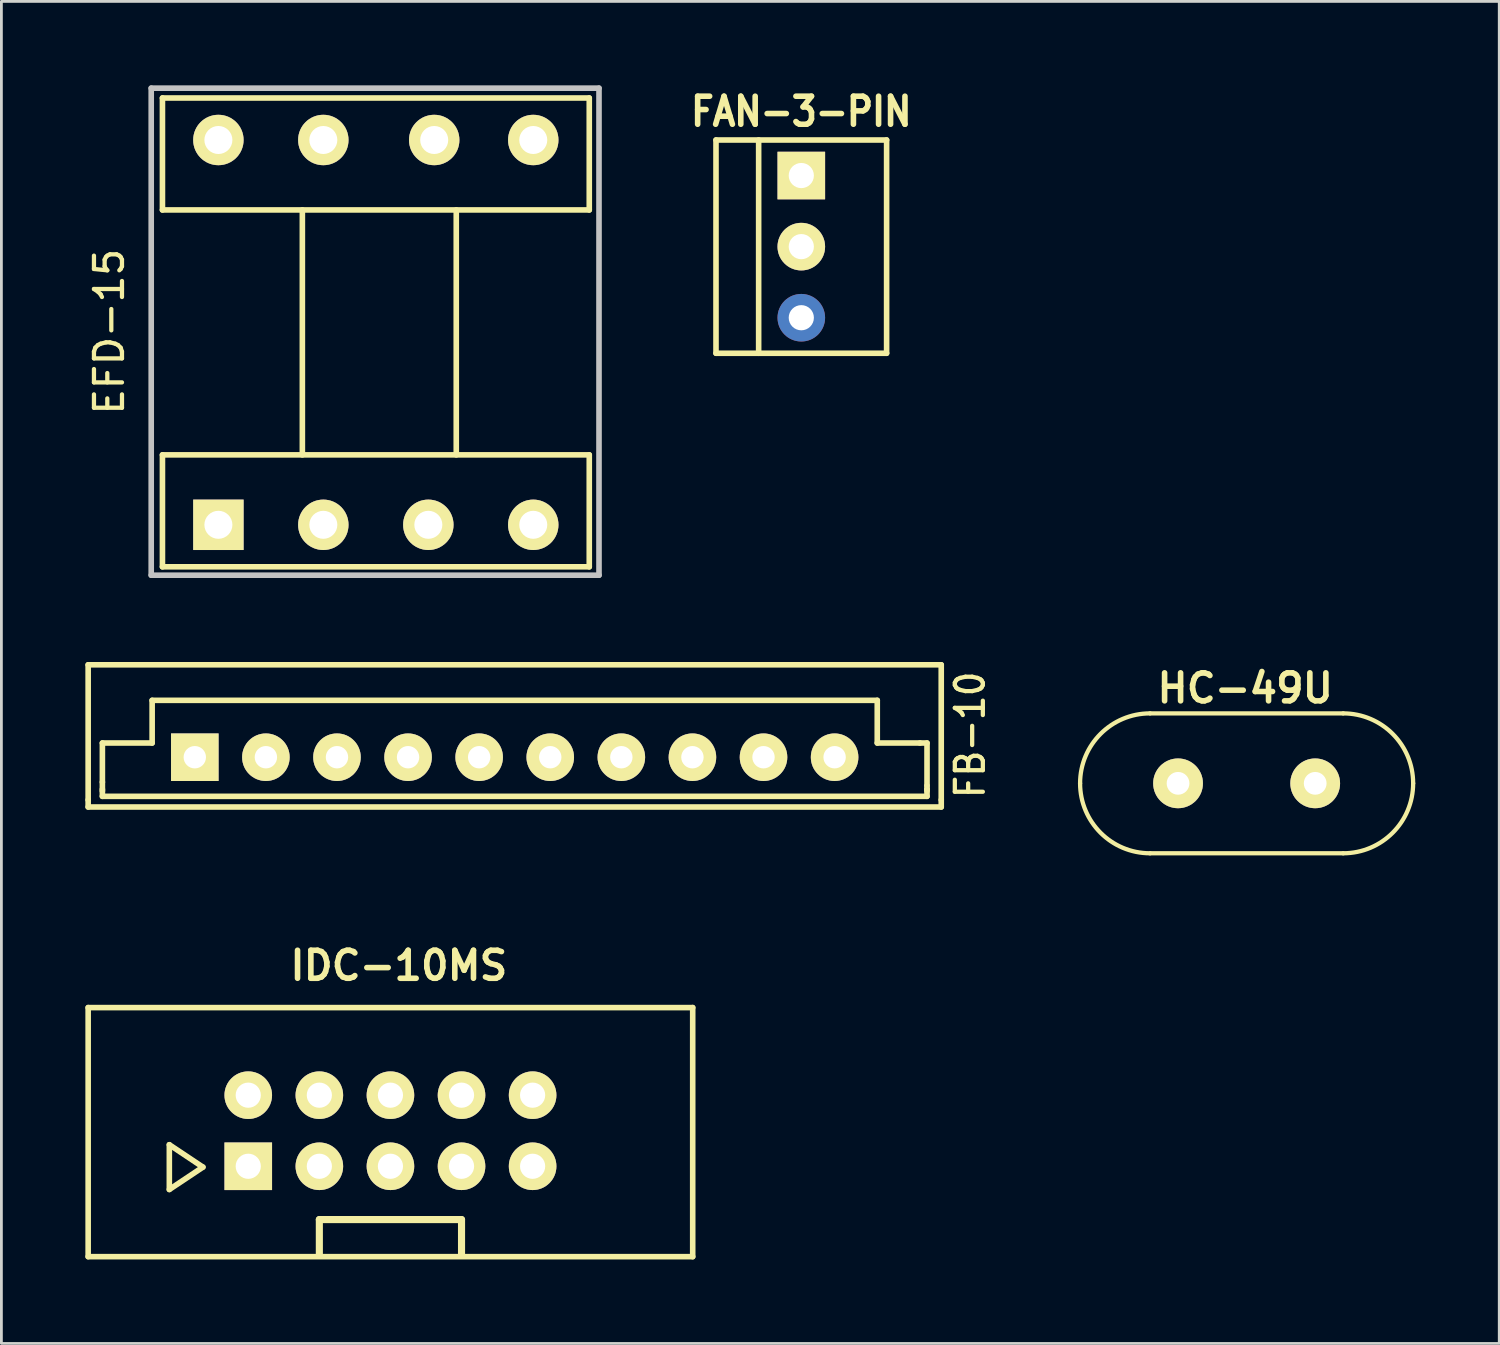
<source format=kicad_pcb>
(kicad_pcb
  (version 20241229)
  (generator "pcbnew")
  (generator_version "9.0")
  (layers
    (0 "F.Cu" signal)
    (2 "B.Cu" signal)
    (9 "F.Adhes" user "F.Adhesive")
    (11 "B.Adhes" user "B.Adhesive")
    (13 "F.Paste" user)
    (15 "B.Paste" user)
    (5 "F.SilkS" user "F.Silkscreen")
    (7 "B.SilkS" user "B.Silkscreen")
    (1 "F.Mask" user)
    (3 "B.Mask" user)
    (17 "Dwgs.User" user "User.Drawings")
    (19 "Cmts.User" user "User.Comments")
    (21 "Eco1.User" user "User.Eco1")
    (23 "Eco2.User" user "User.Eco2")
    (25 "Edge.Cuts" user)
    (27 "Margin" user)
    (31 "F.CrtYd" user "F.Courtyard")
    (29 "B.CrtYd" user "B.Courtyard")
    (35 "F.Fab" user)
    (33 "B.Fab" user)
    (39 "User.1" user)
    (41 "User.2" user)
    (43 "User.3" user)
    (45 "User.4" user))
  (footprint "IDC-10MS"
    (layer "F.Cu")
    (at 5.8 38.65)
    (property "Reference" "IDC-10MS" (at 5.4 -7.2 0) (layer "F.SilkS") (effects (font (size 1 1) (thickness 0.2))))
    (attr through_hole)
    (fp_line (start -5.7 -5.7) (end 15.9 -5.7) (stroke (width 0.2) (type solid)) (layer "F.SilkS"))
    (fp_line (start -5.7 3.2) (end -5.7 -5.7) (stroke (width 0.2) (type solid)) (layer "F.SilkS"))
    (fp_line (start -2.8 -0.8) (end -1.6 0) (stroke (width 0.2) (type solid)) (layer "F.SilkS"))
    (fp_line (start -2.8 0.8) (end -2.8 -0.8) (stroke (width 0.2) (type solid)) (layer "F.SilkS"))
    (fp_line (start -2.799 -0.8) (end -2.799 0.8) (stroke (width 0.152) (type solid)) (layer "F.SilkS"))
    (fp_line (start -2.799 -0.8) (end -1.6 0) (stroke (width 0.152) (type solid)) (layer "F.SilkS"))
    (fp_line (start -1.6 0) (end -2.799 0.8) (stroke (width 0.152) (type solid)) (layer "F.SilkS"))
    (fp_line (start -1.6 0) (end -2.8 0.8) (stroke (width 0.2) (type solid)) (layer "F.SilkS"))
    (fp_line (start 2.56 1.875) (end 7.64 1.875) (stroke (width 0.254) (type solid)) (layer "F.SilkS"))
    (fp_line (start 2.56 3.145) (end 2.56 1.875) (stroke (width 0.254) (type solid)) (layer "F.SilkS"))
    (fp_line (start 7.64 1.875) (end 7.64 3.145) (stroke (width 0.254) (type solid)) (layer "F.SilkS"))
    (fp_line (start 15.9 -5.7) (end 15.9 3.2) (stroke (width 0.2) (type solid)) (layer "F.SilkS"))
    (fp_line (start 15.9 3.2) (end -5.7 3.2) (stroke (width 0.2) (type solid)) (layer "F.SilkS"))
    (pad "1" thru_hole rect (at 0.02 -0.03) (size 1.7 1.7) (drill 0.9) (layers "*.Cu" "*.Mask" "F.SilkS"))
    (pad "2" thru_hole circle (at 0.02 -2.57) (size 1.7 1.7) (drill 0.9) (layers "*.Cu" "*.Mask" "F.SilkS"))
    (pad "3" thru_hole circle (at 2.56 -0.03) (size 1.7 1.7) (drill 0.9) (layers "*.Cu" "*.Mask" "F.SilkS"))
    (pad "4" thru_hole circle (at 2.56 -2.57) (size 1.7 1.7) (drill 0.9) (layers "*.Cu" "*.Mask" "F.SilkS"))
    (pad "5" thru_hole circle (at 5.1 -0.03) (size 1.7 1.7) (drill 0.9) (layers "*.Cu" "*.Mask" "F.SilkS"))
    (pad "6" thru_hole circle (at 5.1 -2.57) (size 1.7 1.7) (drill 0.9) (layers "*.Cu" "*.Mask" "F.SilkS"))
    (pad "7" thru_hole circle (at 7.64 -0.03) (size 1.7 1.7) (drill 0.9) (layers "*.Cu" "*.Mask" "F.SilkS"))
    (pad "8" thru_hole circle (at 7.64 -2.57) (size 1.7 1.7) (drill 0.9) (layers "*.Cu" "*.Mask" "F.SilkS"))
    (pad "9" thru_hole circle (at 10.18 -0.03) (size 1.7 1.7) (drill 0.9) (layers "*.Cu" "*.Mask" "F.SilkS"))
    (pad "10" thru_hole circle (at 10.18 -2.57) (size 1.7 1.7) (drill 0.9) (layers "*.Cu" "*.Mask" "F.SilkS")))
  (footprint "EFD-15"
    (layer "F.Cu")
    (at 4.753 15.701)
    (property "Reference" "EFD-15" (at -3.9 -6.9 90) (layer "F.SilkS") (effects (font (size 1.001 1.001) (thickness 0.152))))
    (attr through_hole)
    (fp_line (start -1.999 -15.25) (end -1.999 -11.25) (stroke (width 0.201) (type solid)) (layer "F.SilkS"))
    (fp_line (start -1.999 -11.25) (end 13.251 -11.25) (stroke (width 0.201) (type solid)) (layer "F.SilkS"))
    (fp_line (start -1.999 -2.499) (end -1.999 1.501) (stroke (width 0.201) (type solid)) (layer "F.SilkS"))
    (fp_line (start -1.999 -2.499) (end 13.251 -2.499) (stroke (width 0.201) (type solid)) (layer "F.SilkS"))
    (fp_line (start -1.999 1.501) (end 13.251 1.501) (stroke (width 0.201) (type solid)) (layer "F.SilkS"))
    (fp_line (start 3 -11.25) (end 3 -2.499) (stroke (width 0.201) (type solid)) (layer "F.SilkS"))
    (fp_line (start 8.499 -11.25) (end 8.499 -2.499) (stroke (width 0.201) (type solid)) (layer "F.SilkS"))
    (fp_line (start 13.251 -15.25) (end -1.999 -15.25) (stroke (width 0.201) (type solid)) (layer "F.SilkS"))
    (fp_line (start 13.251 -15.25) (end 13.251 -11.25) (stroke (width 0.201) (type solid)) (layer "F.SilkS"))
    (fp_line (start 13.251 -2.499) (end 13.251 1.501) (stroke (width 0.201) (type solid)) (layer "F.SilkS"))
    (fp_line (start -2.4 -15.601) (end 13.599 -15.601) (stroke (width 0.201) (type solid)) (layer "Dwgs.User"))
    (fp_line (start -2.4 1.801) (end -2.4 -15.601) (stroke (width 0.201) (type solid)) (layer "Dwgs.User"))
    (fp_line (start 13.599 -15.601) (end 13.599 1.801) (stroke (width 0.201) (type solid)) (layer "Dwgs.User"))
    (fp_line (start 13.599 1.801) (end -2.4 1.801) (stroke (width 0.201) (type solid)) (layer "Dwgs.User"))
    (pad "1" thru_hole rect (at 0 0) (size 1.801 1.801) (drill 1.001) (layers "*.Cu" "*.Mask" "F.SilkS"))
    (pad "2" thru_hole circle (at 3.749 0) (size 1.801 1.801) (drill 1.001) (layers "*.Cu" "*.Mask" "F.SilkS"))
    (pad "3" thru_hole circle (at 7.501 0) (size 1.801 1.801) (drill 1.001) (layers "*.Cu" "*.Mask" "F.SilkS"))
    (pad "4" thru_hole circle (at 11.25 0) (size 1.801 1.801) (drill 1.001) (layers "*.Cu" "*.Mask" "F.SilkS"))
    (pad "5" thru_hole circle (at 11.25 -13.749) (size 1.801 1.801) (drill 1.001) (layers "*.Cu" "*.Mask" "F.SilkS"))
    (pad "6" thru_hole circle (at 7.711 -13.749) (size 1.801 1.801) (drill 1.001) (layers "*.Cu" "*.Mask" "F.SilkS"))
    (pad "7" thru_hole circle (at 3.749 -13.749) (size 1.801 1.801) (drill 1.001) (layers "*.Cu" "*.Mask" "F.SilkS"))
    (pad "8" thru_hole circle (at 0 -13.749) (size 1.801 1.801) (drill 1.001) (layers "*.Cu" "*.Mask" "F.SilkS")))
  (footprint "FB-10"
    (layer "F.Cu")
    (at 3.91 24.005)
    (property "Reference" "FB-10" (at 27.701 -0.8 90) (layer "F.SilkS") (effects (font (size 1.001 0.899) (thickness 0.152))))
    (attr through_hole)
    (fp_line (start -3.81 -3.302) (end 26.67 -3.302) (stroke (width 0.201) (type solid)) (layer "F.SilkS"))
    (fp_line (start -3.81 1.524) (end -3.81 -3.302) (stroke (width 0.201) (type solid)) (layer "F.SilkS"))
    (fp_line (start -3.81 1.524) (end -3.81 1.778) (stroke (width 0.201) (type solid)) (layer "F.SilkS"))
    (fp_line (start -3.81 1.778) (end 26.67 1.778) (stroke (width 0.201) (type solid)) (layer "F.SilkS"))
    (fp_line (start -3.302 -0.508) (end -3.302 0.889) (stroke (width 0.201) (type solid)) (layer "F.SilkS"))
    (fp_line (start -3.302 -0.508) (end -1.524 -0.508) (stroke (width 0.201) (type solid)) (layer "F.SilkS"))
    (fp_line (start -3.302 0.889) (end -3.302 1.206) (stroke (width 0.201) (type solid)) (layer "F.SilkS"))
    (fp_line (start -3.302 1.143) (end -3.302 1.397) (stroke (width 0.201) (type solid)) (layer "F.SilkS"))
    (fp_line (start -3.302 1.397) (end 26.162 1.397) (stroke (width 0.201) (type solid)) (layer "F.SilkS"))
    (fp_line (start -1.524 -2.032) (end 24.384 -2.032) (stroke (width 0.201) (type solid)) (layer "F.SilkS"))
    (fp_line (start -1.524 -0.508) (end -1.524 -2.032) (stroke (width 0.201) (type solid)) (layer "F.SilkS"))
    (fp_line (start 24.384 -2.032) (end 24.384 -0.508) (stroke (width 0.201) (type solid)) (layer "F.SilkS"))
    (fp_line (start 24.384 -0.508) (end 25.908 -0.508) (stroke (width 0.201) (type solid)) (layer "F.SilkS"))
    (fp_line (start 25.908 -0.508) (end 26.162 -0.508) (stroke (width 0.201) (type solid)) (layer "F.SilkS"))
    (fp_line (start 26.162 -0.508) (end 26.162 1.016) (stroke (width 0.201) (type solid)) (layer "F.SilkS"))
    (fp_line (start 26.162 1.016) (end 26.162 1.143) (stroke (width 0.201) (type solid)) (layer "F.SilkS"))
    (fp_line (start 26.162 1.143) (end 26.162 1.206) (stroke (width 0.201) (type solid)) (layer "F.SilkS"))
    (fp_line (start 26.162 1.143) (end 26.162 1.397) (stroke (width 0.201) (type solid)) (layer "F.SilkS"))
    (fp_line (start 26.67 -3.302) (end 26.67 1.524) (stroke (width 0.201) (type solid)) (layer "F.SilkS"))
    (fp_line (start 26.67 1.778) (end 26.67 1.524) (stroke (width 0.201) (type solid)) (layer "F.SilkS"))
    (pad "1" thru_hole rect (at 0 0) (size 1.699 1.699) (drill 0.8) (layers "*.Cu" "*.Mask" "F.SilkS"))
    (pad "2" thru_hole circle (at 2.54 0) (size 1.699 1.699) (drill 0.8) (layers "*.Cu" "*.Mask" "F.SilkS"))
    (pad "3" thru_hole circle (at 5.08 0) (size 1.699 1.699) (drill 0.8) (layers "*.Cu" "*.Mask" "F.SilkS"))
    (pad "4" thru_hole circle (at 7.62 0) (size 1.699 1.699) (drill 0.8) (layers "*.Cu" "*.Mask" "F.SilkS"))
    (pad "5" thru_hole circle (at 10.16 0) (size 1.699 1.699) (drill 0.8) (layers "*.Cu" "*.Mask" "F.SilkS"))
    (pad "6" thru_hole circle (at 12.7 0) (size 1.699 1.699) (drill 0.8) (layers "*.Cu" "*.Mask" "F.SilkS"))
    (pad "7" thru_hole circle (at 15.24 0) (size 1.699 1.699) (drill 0.8) (layers "*.Cu" "*.Mask" "F.SilkS"))
    (pad "8" thru_hole circle (at 17.78 0) (size 1.699 1.699) (drill 0.8) (layers "*.Cu" "*.Mask" "F.SilkS"))
    (pad "9" thru_hole circle (at 20.32 0) (size 1.699 1.699) (drill 0.8) (layers "*.Cu" "*.Mask" "F.SilkS"))
    (pad "10" thru_hole circle (at 22.86 0) (size 1.699 1.699) (drill 0.8) (layers "*.Cu" "*.Mask" "F.SilkS")))
  (footprint "FAN-3-PIN"
    (layer "F.Cu")
    (at 25.58 4.492)
    (property "Reference" "FAN-3-PIN" (at 0 -3.556 0) (layer "F.SilkS") (effects (font (size 1.001 0.899) (thickness 0.2))))
    (attr through_hole)
    (fp_line (start -3.048 -2.54) (end -3.048 5.08) (stroke (width 0.2) (type solid)) (layer "F.SilkS"))
    (fp_line (start -3.048 -2.54) (end 3.048 -2.54) (stroke (width 0.2) (type solid)) (layer "F.SilkS"))
    (fp_line (start -3.048 5.08) (end 3.048 5.08) (stroke (width 0.2) (type solid)) (layer "F.SilkS"))
    (fp_line (start -1.524 5.08) (end -1.524 -2.54) (stroke (width 0.2) (type solid)) (layer "F.SilkS"))
    (fp_line (start 3.048 -2.54) (end 3.048 5.08) (stroke (width 0.2) (type solid)) (layer "F.SilkS"))
    (pad "1" thru_hole rect (at 0 -1.27) (size 1.7 1.7) (drill 0.9) (layers "*.Cu" "*.Mask" "F.SilkS"))
    (pad "1" thru_hole circle (at 0 3.81) (size 1.7 1.7) (drill 0.9) (layers "*.Cu" "*.Mask"))
    (pad "2" thru_hole circle (at 0 1.27) (size 1.7 1.7) (drill 0.9) (layers "*.Cu" "*.Mask" "F.SilkS")))
  (footprint "HC-49U"
    (layer "F.Cu")
    (at 39.041 24.938)
    (property "Reference" "HC-49U" (at 2.4 -3.4 0) (layer "F.SilkS") (effects (font (size 1 1) (thickness 0.2))))
    (attr through_hole)
    (fp_line (start -1.001 -2.499) (end 5.9 -2.499) (stroke (width 0.152) (type solid)) (layer "F.SilkS"))
    (fp_line (start -1.001 2.499) (end 5.9 2.499) (stroke (width 0.152) (type solid)) (layer "F.SilkS"))
    (fp_arc (start -3.50012 0) (mid -2.768074 -1.767314) (end -1.00076 -2.49936) (stroke (width 0.1524) (type solid)) (layer "F.SilkS"))
    (fp_arc (start -1.00076 2.49936) (mid -2.768074 1.767314) (end -3.50012 0) (stroke (width 0.1524) (type solid)) (layer "F.SilkS"))
    (fp_arc (start 5.90042 -2.49936) (mid 7.667734 -1.767314) (end 8.39978 0) (stroke (width 0.1524) (type solid)) (layer "F.SilkS"))
    (fp_arc (start 8.39978 0) (mid 7.667734 1.767314) (end 5.90042 2.49936) (stroke (width 0.1524) (type solid)) (layer "F.SilkS"))
    (pad "1" thru_hole circle (at 0 0) (size 1.778 1.778) (drill 0.813) (layers "*.Cu" "*.Mask" "F.SilkS"))
    (pad "2" thru_hole circle (at 4.9 0) (size 1.778 1.778) (drill 0.813) (layers "*.Cu" "*.Mask" "F.SilkS")))
  (gr_rect
    (start -3 -3)
    (end 50.517 44.95)
    (stroke (width 0.1) (type default))
    (fill no)
    (layer "Edge.Cuts")))
</source>
